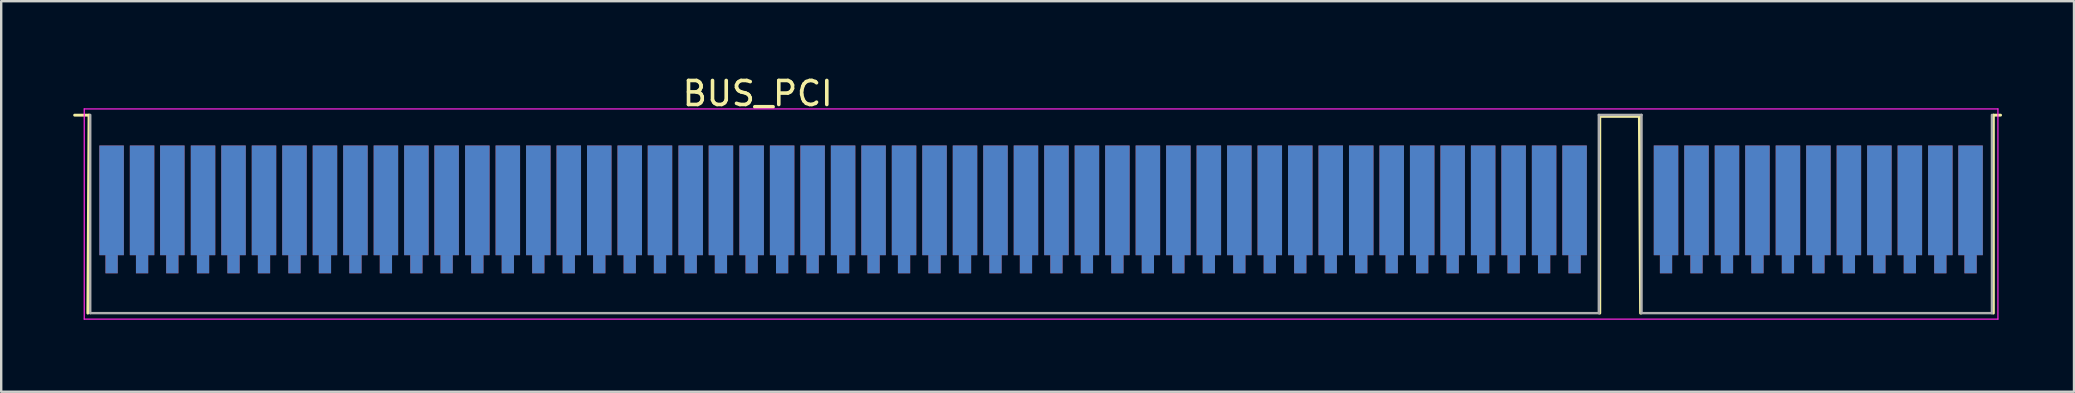
<source format=kicad_pcb>
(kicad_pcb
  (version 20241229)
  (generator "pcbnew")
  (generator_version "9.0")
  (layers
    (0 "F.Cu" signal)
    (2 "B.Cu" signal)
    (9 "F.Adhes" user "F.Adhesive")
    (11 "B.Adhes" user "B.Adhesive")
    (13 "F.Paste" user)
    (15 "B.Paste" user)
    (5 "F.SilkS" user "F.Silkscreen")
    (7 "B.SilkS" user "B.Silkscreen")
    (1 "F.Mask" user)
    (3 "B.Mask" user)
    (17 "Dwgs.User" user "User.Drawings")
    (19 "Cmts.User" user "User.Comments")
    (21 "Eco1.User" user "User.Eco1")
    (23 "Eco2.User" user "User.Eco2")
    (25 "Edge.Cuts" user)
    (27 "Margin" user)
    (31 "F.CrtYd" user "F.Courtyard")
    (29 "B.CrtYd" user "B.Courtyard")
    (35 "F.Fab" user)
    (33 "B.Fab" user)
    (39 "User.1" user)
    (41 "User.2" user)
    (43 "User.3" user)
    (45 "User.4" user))
  (footprint "BUS_PCI"
    (layer "F.Cu")
    (at 40.33 6.628)
    (property "Reference" "BUS_PCI" (at -11.81 -5.78 0) (layer "F.SilkS") (effects (font (size 1 1) (thickness 0.15))))
    (attr smd)
    (fp_line (start -40.27 -4.88) (end -39.67 -4.88) (stroke (width 0.12) (type solid)) (layer "F.SilkS"))
    (fp_line (start -39.67 -4.88) (end -39.72 3.37) (stroke (width 0.12) (type solid)) (layer "F.SilkS"))
    (fp_line (start 23.28 -4.83) (end 24.93 -4.83) (stroke (width 0.12) (type solid)) (layer "F.SilkS"))
    (fp_line (start 23.28 3.37) (end 23.28 -4.83) (stroke (width 0.12) (type solid)) (layer "F.SilkS"))
    (fp_line (start 24.93 -4.83) (end 24.98 3.37) (stroke (width 0.12) (type solid)) (layer "F.SilkS"))
    (fp_line (start 39.68 -4.88) (end 39.98 -4.88) (stroke (width 0.12) (type solid)) (layer "F.SilkS"))
    (fp_line (start 39.68 3.37) (end 39.68 -4.88) (stroke (width 0.12) (type solid)) (layer "F.SilkS"))
    (fp_line (start -39.87 -5.14) (end -39.87 3.62) (stroke (width 0.05) (type solid)) (layer "F.CrtYd"))
    (fp_line (start -39.87 -5.14) (end 39.87 -5.14) (stroke (width 0.05) (type solid)) (layer "F.CrtYd"))
    (fp_line (start 39.87 3.62) (end -39.87 3.62) (stroke (width 0.05) (type solid)) (layer "F.CrtYd"))
    (fp_line (start 39.87 3.62) (end 39.87 -5.14) (stroke (width 0.05) (type solid)) (layer "F.CrtYd"))
    (fp_line (start -39.62 -4.89) (end -39.62 3.37) (stroke (width 0.1) (type solid)) (layer "F.Fab"))
    (fp_line (start -39.62 3.37) (end 23.24 3.37) (stroke (width 0.1) (type solid)) (layer "F.Fab"))
    (fp_line (start 23.24 -4.89) (end 25.02 -4.89) (stroke (width 0.1) (type solid)) (layer "F.Fab"))
    (fp_line (start 23.24 3.37) (end 23.24 -4.89) (stroke (width 0.1) (type solid)) (layer "F.Fab"))
    (fp_line (start 25.02 -4.89) (end 25.02 3.37) (stroke (width 0.1) (type solid)) (layer "F.Fab"))
    (fp_line (start 25.02 3.37) (end 39.62 3.37) (stroke (width 0.1) (type solid)) (layer "F.Fab"))
    (fp_line (start 39.62 3.37) (end 39.62 -4.89) (stroke (width 0.1) (type solid)) (layer "F.Fab"))
    (pad "A1" connect rect (at -38.73 -1.33) (size 1.02 4.57) (layers "B.Cu" "B.Mask"))
    (pad "A1" connect rect (at -38.73 1.33) (size 0.51 0.76) (layers "B.Cu" "B.Mask"))
    (pad "A2" connect rect (at -37.46 -1.33) (size 1.02 4.57) (layers "B.Cu" "B.Mask"))
    (pad "A2" connect rect (at -37.46 1.33) (size 0.51 0.76) (layers "B.Cu" "B.Mask"))
    (pad "A3" connect rect (at -36.2 -1.33) (size 1.02 4.57) (layers "B.Cu" "B.Mask"))
    (pad "A3" connect rect (at -36.2 1.33) (size 0.51 0.76) (layers "B.Cu" "B.Mask"))
    (pad "A4" connect rect (at -34.92 -1.33) (size 1.02 4.57) (layers "B.Cu" "B.Mask"))
    (pad "A4" connect rect (at -34.92 1.33) (size 0.51 0.76) (layers "B.Cu" "B.Mask"))
    (pad "A5" connect rect (at -33.65 -1.33) (size 1.02 4.57) (layers "B.Cu" "B.Mask"))
    (pad "A5" connect rect (at -33.65 1.33) (size 0.51 0.76) (layers "B.Cu" "B.Mask"))
    (pad "A6" connect rect (at -32.38 -1.33) (size 1.02 4.57) (layers "B.Cu" "B.Mask"))
    (pad "A6" connect rect (at -32.38 1.33) (size 0.51 0.76) (layers "B.Cu" "B.Mask"))
    (pad "A7" connect rect (at -31.11 -1.33) (size 1.02 4.57) (layers "B.Cu" "B.Mask"))
    (pad "A7" connect rect (at -31.11 1.33) (size 0.51 0.76) (layers "B.Cu" "B.Mask"))
    (pad "A8" connect rect (at -29.84 -1.33) (size 1.02 4.57) (layers "B.Cu" "B.Mask"))
    (pad "A8" connect rect (at -29.84 1.33) (size 0.51 0.76) (layers "B.Cu" "B.Mask"))
    (pad "A9" connect rect (at -28.57 -1.33) (size 1.02 4.57) (layers "B.Cu" "B.Mask"))
    (pad "A9" connect rect (at -28.57 1.33) (size 0.51 0.76) (layers "B.Cu" "B.Mask"))
    (pad "A10" connect rect (at -27.3 -1.33) (size 1.02 4.57) (layers "B.Cu" "B.Mask"))
    (pad "A10" connect rect (at -27.3 1.33) (size 0.51 0.76) (layers "B.Cu" "B.Mask"))
    (pad "A11" connect rect (at -26.03 -1.33) (size 1.02 4.57) (layers "B.Cu" "B.Mask"))
    (pad "A11" connect rect (at -26.03 1.33) (size 0.51 0.76) (layers "B.Cu" "B.Mask"))
    (pad "A12" connect rect (at -24.77 -1.33) (size 1.02 4.57) (layers "B.Cu" "B.Mask"))
    (pad "A12" connect rect (at -24.77 1.33) (size 0.51 0.76) (layers "B.Cu" "B.Mask"))
    (pad "A13" connect rect (at -23.49 -1.33) (size 1.02 4.57) (layers "B.Cu" "B.Mask"))
    (pad "A13" connect rect (at -23.49 1.33) (size 0.51 0.76) (layers "B.Cu" "B.Mask"))
    (pad "A14" connect rect (at -22.22 -1.33) (size 1.02 4.57) (layers "B.Cu" "B.Mask"))
    (pad "A14" connect rect (at -22.22 1.33) (size 0.51 0.76) (layers "B.Cu" "B.Mask"))
    (pad "A15" connect rect (at -20.95 -1.33) (size 1.02 4.57) (layers "B.Cu" "B.Mask"))
    (pad "A15" connect rect (at -20.95 1.33) (size 0.51 0.76) (layers "B.Cu" "B.Mask"))
    (pad "A16" connect rect (at -19.68 -1.33) (size 1.02 4.57) (layers "B.Cu" "B.Mask"))
    (pad "A16" connect rect (at -19.68 1.33) (size 0.51 0.76) (layers "B.Cu" "B.Mask"))
    (pad "A17" connect rect (at -18.41 -1.33) (size 1.02 4.57) (layers "B.Cu" "B.Mask"))
    (pad "A17" connect rect (at -18.41 1.33) (size 0.51 0.76) (layers "B.Cu" "B.Mask"))
    (pad "A18" connect rect (at -17.14 -1.33) (size 1.02 4.57) (layers "B.Cu" "B.Mask"))
    (pad "A18" connect rect (at -17.14 1.33) (size 0.51 0.76) (layers "B.Cu" "B.Mask"))
    (pad "A19" connect rect (at -15.88 -1.33) (size 1.02 4.57) (layers "B.Cu" "B.Mask"))
    (pad "A19" connect rect (at -15.88 1.33) (size 0.51 0.76) (layers "B.Cu" "B.Mask"))
    (pad "A20" connect rect (at -14.6 -1.33) (size 1.02 4.57) (layers "B.Cu" "B.Mask"))
    (pad "A20" connect rect (at -14.6 1.33) (size 0.51 0.76) (layers "B.Cu" "B.Mask"))
    (pad "A21" connect rect (at -13.34 -1.33) (size 1.02 4.57) (layers "B.Cu" "B.Mask"))
    (pad "A21" connect rect (at -13.34 1.33) (size 0.51 0.76) (layers "B.Cu" "B.Mask"))
    (pad "A22" connect rect (at -12.06 -1.33) (size 1.02 4.57) (layers "B.Cu" "B.Mask"))
    (pad "A22" connect rect (at -12.06 1.33) (size 0.51 0.76) (layers "B.Cu" "B.Mask"))
    (pad "A23" connect rect (at -10.79 -1.33) (size 1.02 4.57) (layers "B.Cu" "B.Mask"))
    (pad "A23" connect rect (at -10.79 1.33) (size 0.51 0.76) (layers "B.Cu" "B.Mask"))
    (pad "A24" connect rect (at -9.52 -1.33) (size 1.02 4.57) (layers "B.Cu" "B.Mask"))
    (pad "A24" connect rect (at -9.52 1.33) (size 0.51 0.76) (layers "B.Cu" "B.Mask"))
    (pad "A25" connect rect (at -8.25 -1.33) (size 1.02 4.57) (layers "B.Cu" "B.Mask"))
    (pad "A25" connect rect (at -8.25 1.33) (size 0.51 0.76) (layers "B.Cu" "B.Mask"))
    (pad "A26" connect rect (at -6.98 -1.33) (size 1.02 4.57) (layers "B.Cu" "B.Mask"))
    (pad "A26" connect rect (at -6.98 1.33) (size 0.51 0.76) (layers "B.Cu" "B.Mask"))
    (pad "A27" connect rect (at -5.71 -1.33) (size 1.02 4.57) (layers "B.Cu" "B.Mask"))
    (pad "A27" connect rect (at -5.71 1.33) (size 0.51 0.76) (layers "B.Cu" "B.Mask"))
    (pad "A28" connect rect (at -4.44 -1.33) (size 1.02 4.57) (layers "B.Cu" "B.Mask"))
    (pad "A28" connect rect (at -4.44 1.33) (size 0.51 0.76) (layers "B.Cu" "B.Mask"))
    (pad "A29" connect rect (at -3.17 -1.33) (size 1.02 4.57) (layers "B.Cu" "B.Mask"))
    (pad "A29" connect rect (at -3.17 1.33) (size 0.51 0.76) (layers "B.Cu" "B.Mask"))
    (pad "A30" connect rect (at -1.9 -1.33) (size 1.02 4.57) (layers "B.Cu" "B.Mask"))
    (pad "A30" connect rect (at -1.9 1.33) (size 0.51 0.76) (layers "B.Cu" "B.Mask"))
    (pad "A31" connect rect (at -0.63 -1.33) (size 1.02 4.57) (layers "B.Cu" "B.Mask"))
    (pad "A31" connect rect (at -0.63 1.33) (size 0.51 0.76) (layers "B.Cu" "B.Mask"))
    (pad "A32" connect rect (at 0.64 -1.33) (size 1.02 4.57) (layers "B.Cu" "B.Mask"))
    (pad "A32" connect rect (at 0.64 1.33) (size 0.51 0.76) (layers "B.Cu" "B.Mask"))
    (pad "A33" connect rect (at 1.91 -1.33) (size 1.02 4.57) (layers "B.Cu" "B.Mask"))
    (pad "A33" connect rect (at 1.91 1.33) (size 0.51 0.76) (layers "B.Cu" "B.Mask"))
    (pad "A34" connect rect (at 3.18 -1.33) (size 1.02 4.57) (layers "B.Cu" "B.Mask"))
    (pad "A34" connect rect (at 3.18 1.33) (size 0.51 0.76) (layers "B.Cu" "B.Mask"))
    (pad "A35" connect rect (at 4.45 -1.33) (size 1.02 4.57) (layers "B.Cu" "B.Mask"))
    (pad "A35" connect rect (at 4.45 1.33) (size 0.51 0.76) (layers "B.Cu" "B.Mask"))
    (pad "A36" connect rect (at 5.72 -1.33) (size 1.02 4.57) (layers "B.Cu" "B.Mask"))
    (pad "A36" connect rect (at 5.72 1.33) (size 0.51 0.76) (layers "B.Cu" "B.Mask"))
    (pad "A37" connect rect (at 6.99 -1.33) (size 1.02 4.57) (layers "B.Cu" "B.Mask"))
    (pad "A37" connect rect (at 6.99 1.33) (size 0.51 0.76) (layers "B.Cu" "B.Mask"))
    (pad "A38" connect rect (at 8.26 -1.33) (size 1.02 4.57) (layers "B.Cu" "B.Mask"))
    (pad "A38" connect rect (at 8.26 1.33) (size 0.51 0.76) (layers "B.Cu" "B.Mask"))
    (pad "A39" connect rect (at 9.53 -1.33) (size 1.02 4.57) (layers "B.Cu" "B.Mask"))
    (pad "A39" connect rect (at 9.53 1.33) (size 0.51 0.76) (layers "B.Cu" "B.Mask"))
    (pad "A40" connect rect (at 10.8 -1.33) (size 1.02 4.57) (layers "B.Cu" "B.Mask"))
    (pad "A40" connect rect (at 10.8 1.33) (size 0.51 0.76) (layers "B.Cu" "B.Mask"))
    (pad "A41" connect rect (at 12.07 -1.33) (size 1.02 4.57) (layers "B.Cu" "B.Mask"))
    (pad "A41" connect rect (at 12.07 1.33) (size 0.51 0.76) (layers "B.Cu" "B.Mask"))
    (pad "A42" connect rect (at 13.34 -1.33) (size 1.02 4.57) (layers "B.Cu" "B.Mask"))
    (pad "A42" connect rect (at 13.34 1.33) (size 0.51 0.76) (layers "B.Cu" "B.Mask"))
    (pad "A43" connect rect (at 14.61 -1.33) (size 1.02 4.57) (layers "B.Cu" "B.Mask"))
    (pad "A43" connect rect (at 14.61 1.33) (size 0.51 0.76) (layers "B.Cu" "B.Mask"))
    (pad "A44" connect rect (at 15.88 -1.33) (size 1.02 4.57) (layers "B.Cu" "B.Mask"))
    (pad "A44" connect rect (at 15.88 1.33) (size 0.51 0.76) (layers "B.Cu" "B.Mask"))
    (pad "A45" connect rect (at 17.15 -1.33) (size 1.02 4.57) (layers "B.Cu" "B.Mask"))
    (pad "A45" connect rect (at 17.15 1.33) (size 0.51 0.76) (layers "B.Cu" "B.Mask"))
    (pad "A46" connect rect (at 18.42 -1.33) (size 1.02 4.57) (layers "B.Cu" "B.Mask"))
    (pad "A46" connect rect (at 18.42 1.33) (size 0.51 0.76) (layers "B.Cu" "B.Mask"))
    (pad "A47" connect rect (at 19.69 -1.33) (size 1.02 4.57) (layers "B.Cu" "B.Mask"))
    (pad "A47" connect rect (at 19.69 1.33) (size 0.51 0.76) (layers "B.Cu" "B.Mask"))
    (pad "A48" connect rect (at 20.96 -1.33) (size 1.02 4.57) (layers "B.Cu" "B.Mask"))
    (pad "A48" connect rect (at 20.96 1.33) (size 0.51 0.76) (layers "B.Cu" "B.Mask"))
    (pad "A49" connect rect (at 22.23 -1.33) (size 1.02 4.57) (layers "B.Cu" "B.Mask"))
    (pad "A49" connect rect (at 22.23 1.33) (size 0.51 0.76) (layers "B.Cu" "B.Mask"))
    (pad "A52" connect rect (at 26.04 -1.33) (size 1.02 4.57) (layers "B.Cu" "B.Mask"))
    (pad "A52" connect rect (at 26.04 1.33) (size 0.51 0.76) (layers "B.Cu" "B.Mask"))
    (pad "A53" connect rect (at 27.31 -1.33) (size 1.02 4.57) (layers "B.Cu" "B.Mask"))
    (pad "A53" connect rect (at 27.31 1.33) (size 0.51 0.76) (layers "B.Cu" "B.Mask"))
    (pad "A54" connect rect (at 28.58 -1.33) (size 1.02 4.57) (layers "B.Cu" "B.Mask"))
    (pad "A54" connect rect (at 28.58 1.33) (size 0.51 0.76) (layers "B.Cu" "B.Mask"))
    (pad "A55" connect rect (at 29.85 -1.33) (size 1.02 4.57) (layers "B.Cu" "B.Mask"))
    (pad "A55" connect rect (at 29.85 1.33) (size 0.51 0.76) (layers "B.Cu" "B.Mask"))
    (pad "A56" connect rect (at 31.12 -1.33) (size 1.02 4.57) (layers "B.Cu" "B.Mask"))
    (pad "A56" connect rect (at 31.12 1.33) (size 0.51 0.76) (layers "B.Cu" "B.Mask"))
    (pad "A57" connect rect (at 32.39 -1.33) (size 1.02 4.57) (layers "B.Cu" "B.Mask"))
    (pad "A57" connect rect (at 32.39 1.33) (size 0.51 0.76) (layers "B.Cu" "B.Mask"))
    (pad "A58" connect rect (at 33.66 -1.33) (size 1.02 4.57) (layers "B.Cu" "B.Mask"))
    (pad "A58" connect rect (at 33.66 1.33) (size 0.51 0.76) (layers "B.Cu" "B.Mask"))
    (pad "A59" connect rect (at 34.93 -1.33) (size 1.02 4.57) (layers "B.Cu" "B.Mask"))
    (pad "A59" connect rect (at 34.93 1.33) (size 0.51 0.76) (layers "B.Cu" "B.Mask"))
    (pad "A60" connect rect (at 36.2 -1.33) (size 1.02 4.57) (layers "B.Cu" "B.Mask"))
    (pad "A60" connect rect (at 36.2 1.33) (size 0.51 0.76) (layers "B.Cu" "B.Mask"))
    (pad "A61" connect rect (at 37.47 -1.33) (size 1.02 4.57) (layers "B.Cu" "B.Mask"))
    (pad "A61" connect rect (at 37.47 1.33) (size 0.51 0.76) (layers "B.Cu" "B.Mask"))
    (pad "A62" connect rect (at 38.73 -1.33) (size 1.02 4.57) (layers "B.Cu" "B.Mask"))
    (pad "A62" connect rect (at 38.73 1.33) (size 0.51 0.76) (layers "B.Cu" "B.Mask"))
    (pad "B1" connect rect (at -38.73 -1.33) (size 1.02 4.57) (layers "F.Cu" "F.Mask"))
    (pad "B1" connect rect (at -38.73 1.33) (size 0.51 0.76) (layers "F.Cu" "F.Mask"))
    (pad "B2" connect rect (at -37.46 -1.33) (size 1.02 4.57) (layers "F.Cu" "F.Mask"))
    (pad "B2" connect rect (at -37.46 1.33) (size 0.51 0.76) (layers "F.Cu" "F.Mask"))
    (pad "B3" connect rect (at -36.2 -1.33) (size 1.02 4.57) (layers "F.Cu" "F.Mask"))
    (pad "B3" connect rect (at -36.2 1.33) (size 0.51 0.76) (layers "F.Cu" "F.Mask"))
    (pad "B4" connect rect (at -34.92 -1.33) (size 1.02 4.57) (layers "F.Cu" "F.Mask"))
    (pad "B4" connect rect (at -34.92 1.33) (size 0.51 0.76) (layers "F.Cu" "F.Mask"))
    (pad "B5" connect rect (at -33.65 -1.33) (size 1.02 4.57) (layers "F.Cu" "F.Mask"))
    (pad "B5" connect rect (at -33.65 1.33) (size 0.51 0.76) (layers "F.Cu" "F.Mask"))
    (pad "B6" connect rect (at -32.38 -1.33) (size 1.02 4.57) (layers "F.Cu" "F.Mask"))
    (pad "B6" connect rect (at -32.38 1.33) (size 0.51 0.76) (layers "F.Cu" "F.Mask"))
    (pad "B7" connect rect (at -31.11 -1.33) (size 1.02 4.57) (layers "F.Cu" "F.Mask"))
    (pad "B7" connect rect (at -31.11 1.33) (size 0.51 0.76) (layers "F.Cu" "F.Mask"))
    (pad "B8" connect rect (at -29.84 -1.33) (size 1.02 4.57) (layers "F.Cu" "F.Mask"))
    (pad "B8" connect rect (at -29.84 1.33) (size 0.51 0.76) (layers "F.Cu" "F.Mask"))
    (pad "B9" connect rect (at -28.57 -1.33) (size 1.02 4.57) (layers "F.Cu" "F.Mask"))
    (pad "B9" connect rect (at -28.57 1.33) (size 0.51 0.76) (layers "F.Cu" "F.Mask"))
    (pad "B10" connect rect (at -27.3 -1.33) (size 1.02 4.57) (layers "F.Cu" "F.Mask"))
    (pad "B10" connect rect (at -27.3 1.33) (size 0.51 0.76) (layers "F.Cu" "F.Mask"))
    (pad "B11" connect rect (at -26.03 -1.33) (size 1.02 4.57) (layers "F.Cu" "F.Mask"))
    (pad "B11" connect rect (at -26.03 1.33) (size 0.51 0.76) (layers "F.Cu" "F.Mask"))
    (pad "B12" connect rect (at -24.77 -1.33) (size 1.02 4.57) (layers "F.Cu" "F.Mask"))
    (pad "B12" connect rect (at -24.77 1.33) (size 0.51 0.76) (layers "F.Cu" "F.Mask"))
    (pad "B13" connect rect (at -23.49 -1.33) (size 1.02 4.57) (layers "F.Cu" "F.Mask"))
    (pad "B13" connect rect (at -23.49 1.33) (size 0.51 0.76) (layers "F.Cu" "F.Mask"))
    (pad "B14" connect rect (at -22.22 -1.33) (size 1.02 4.57) (layers "F.Cu" "F.Mask"))
    (pad "B14" connect rect (at -22.22 1.33) (size 0.51 0.76) (layers "F.Cu" "F.Mask"))
    (pad "B15" connect rect (at -20.95 -1.33) (size 1.02 4.57) (layers "F.Cu" "F.Mask"))
    (pad "B15" connect rect (at -20.95 1.33) (size 0.51 0.76) (layers "F.Cu" "F.Mask"))
    (pad "B16" connect rect (at -19.68 -1.33) (size 1.02 4.57) (layers "F.Cu" "F.Mask"))
    (pad "B16" connect rect (at -19.68 1.33) (size 0.51 0.76) (layers "F.Cu" "F.Mask"))
    (pad "B17" connect rect (at -18.41 -1.33) (size 1.02 4.57) (layers "F.Cu" "F.Mask"))
    (pad "B17" connect rect (at -18.41 1.33) (size 0.51 0.76) (layers "F.Cu" "F.Mask"))
    (pad "B18" connect rect (at -17.14 -1.33) (size 1.02 4.57) (layers "F.Cu" "F.Mask"))
    (pad "B18" connect rect (at -17.14 1.33) (size 0.51 0.76) (layers "F.Cu" "F.Mask"))
    (pad "B19" connect rect (at -15.88 -1.33) (size 1.02 4.57) (layers "F.Cu" "F.Mask"))
    (pad "B19" connect rect (at -15.88 1.33) (size 0.51 0.76) (layers "F.Cu" "F.Mask"))
    (pad "B20" connect rect (at -14.6 -1.33) (size 1.02 4.57) (layers "F.Cu" "F.Mask"))
    (pad "B20" connect rect (at -14.6 1.33) (size 0.51 0.76) (layers "F.Cu" "F.Mask"))
    (pad "B21" connect rect (at -13.34 -1.33) (size 1.02 4.57) (layers "F.Cu" "F.Mask"))
    (pad "B21" connect rect (at -13.34 1.33) (size 0.51 0.76) (layers "F.Cu" "F.Mask"))
    (pad "B22" connect rect (at -12.06 -1.33) (size 1.02 4.57) (layers "F.Cu" "F.Mask"))
    (pad "B22" connect rect (at -12.06 1.33) (size 0.51 0.76) (layers "F.Cu" "F.Mask"))
    (pad "B23" connect rect (at -10.79 -1.33) (size 1.02 4.57) (layers "F.Cu" "F.Mask"))
    (pad "B23" connect rect (at -10.79 1.33) (size 0.51 0.76) (layers "F.Cu" "F.Mask"))
    (pad "B24" connect rect (at -9.52 -1.33) (size 1.02 4.57) (layers "F.Cu" "F.Mask"))
    (pad "B24" connect rect (at -9.52 1.33) (size 0.51 0.76) (layers "F.Cu" "F.Mask"))
    (pad "B25" connect rect (at -8.25 -1.33) (size 1.02 4.57) (layers "F.Cu" "F.Mask"))
    (pad "B25" connect rect (at -8.25 1.33) (size 0.51 0.76) (layers "F.Cu" "F.Mask"))
    (pad "B26" connect rect (at -6.98 -1.33) (size 1.02 4.57) (layers "F.Cu" "F.Mask"))
    (pad "B26" connect rect (at -6.98 1.33) (size 0.51 0.76) (layers "F.Cu" "F.Mask"))
    (pad "B27" connect rect (at -5.71 -1.33) (size 1.02 4.57) (layers "F.Cu" "F.Mask"))
    (pad "B27" connect rect (at -5.71 1.33) (size 0.51 0.76) (layers "F.Cu" "F.Mask"))
    (pad "B28" connect rect (at -4.44 -1.33) (size 1.02 4.57) (layers "F.Cu" "F.Mask"))
    (pad "B28" connect rect (at -4.44 1.33) (size 0.51 0.76) (layers "F.Cu" "F.Mask"))
    (pad "B29" connect rect (at -3.17 -1.33) (size 1.02 4.57) (layers "F.Cu" "F.Mask"))
    (pad "B29" connect rect (at -3.17 1.33) (size 0.51 0.76) (layers "F.Cu" "F.Mask"))
    (pad "B30" connect rect (at -1.9 -1.33) (size 1.02 4.57) (layers "F.Cu" "F.Mask"))
    (pad "B30" connect rect (at -1.9 1.33) (size 0.51 0.76) (layers "F.Cu" "F.Mask"))
    (pad "B31" connect rect (at -0.63 -1.33) (size 1.02 4.57) (layers "F.Cu" "F.Mask"))
    (pad "B31" connect rect (at -0.63 1.33) (size 0.51 0.76) (layers "F.Cu" "F.Mask"))
    (pad "B32" connect rect (at 0.64 -1.33) (size 1.02 4.57) (layers "F.Cu" "F.Mask"))
    (pad "B32" connect rect (at 0.64 1.33) (size 0.51 0.76) (layers "F.Cu" "F.Mask"))
    (pad "B33" connect rect (at 1.91 -1.33) (size 1.02 4.57) (layers "F.Cu" "F.Mask"))
    (pad "B33" connect rect (at 1.91 1.33) (size 0.51 0.76) (layers "F.Cu" "F.Mask"))
    (pad "B34" connect rect (at 3.18 -1.33) (size 1.02 4.57) (layers "F.Cu" "F.Mask"))
    (pad "B34" connect rect (at 3.18 1.33) (size 0.51 0.76) (layers "F.Cu" "F.Mask"))
    (pad "B35" connect rect (at 4.45 -1.33) (size 1.02 4.57) (layers "F.Cu" "F.Mask"))
    (pad "B35" connect rect (at 4.45 1.33) (size 0.51 0.76) (layers "F.Cu" "F.Mask"))
    (pad "B36" connect rect (at 5.72 -1.33) (size 1.02 4.57) (layers "F.Cu" "F.Mask"))
    (pad "B36" connect rect (at 5.72 1.33) (size 0.51 0.76) (layers "F.Cu" "F.Mask"))
    (pad "B37" connect rect (at 6.99 -1.33) (size 1.02 4.57) (layers "F.Cu" "F.Mask"))
    (pad "B37" connect rect (at 6.99 1.33) (size 0.51 0.76) (layers "F.Cu" "F.Mask"))
    (pad "B38" connect rect (at 8.26 -1.33) (size 1.02 4.57) (layers "F.Cu" "F.Mask"))
    (pad "B38" connect rect (at 8.26 1.33) (size 0.51 0.76) (layers "F.Cu" "F.Mask"))
    (pad "B39" connect rect (at 9.53 -1.33) (size 1.02 4.57) (layers "F.Cu" "F.Mask"))
    (pad "B39" connect rect (at 9.53 1.33) (size 0.51 0.76) (layers "F.Cu" "F.Mask"))
    (pad "B40" connect rect (at 10.8 -1.33) (size 1.02 4.57) (layers "F.Cu" "F.Mask"))
    (pad "B40" connect rect (at 10.8 1.33) (size 0.51 0.76) (layers "F.Cu" "F.Mask"))
    (pad "B41" connect rect (at 12.07 -1.33) (size 1.02 4.57) (layers "F.Cu" "F.Mask"))
    (pad "B41" connect rect (at 12.07 1.33) (size 0.51 0.76) (layers "F.Cu" "F.Mask"))
    (pad "B42" connect rect (at 13.34 -1.33) (size 1.02 4.57) (layers "F.Cu" "F.Mask"))
    (pad "B42" connect rect (at 13.34 1.33) (size 0.51 0.76) (layers "F.Cu" "F.Mask"))
    (pad "B43" connect rect (at 14.61 -1.33) (size 1.02 4.57) (layers "F.Cu" "F.Mask"))
    (pad "B43" connect rect (at 14.61 1.33) (size 0.51 0.76) (layers "F.Cu" "F.Mask"))
    (pad "B44" connect rect (at 15.88 -1.33) (size 1.02 4.57) (layers "F.Cu" "F.Mask"))
    (pad "B44" connect rect (at 15.88 1.33) (size 0.51 0.76) (layers "F.Cu" "F.Mask"))
    (pad "B45" connect rect (at 17.15 -1.33) (size 1.02 4.57) (layers "F.Cu" "F.Mask"))
    (pad "B45" connect rect (at 17.15 1.33) (size 0.51 0.76) (layers "F.Cu" "F.Mask"))
    (pad "B46" connect rect (at 18.42 -1.33) (size 1.02 4.57) (layers "F.Cu" "F.Mask"))
    (pad "B46" connect rect (at 18.42 1.33) (size 0.51 0.76) (layers "F.Cu" "F.Mask"))
    (pad "B47" connect rect (at 19.69 -1.33) (size 1.02 4.57) (layers "F.Cu" "F.Mask"))
    (pad "B47" connect rect (at 19.69 1.33) (size 0.51 0.76) (layers "F.Cu" "F.Mask"))
    (pad "B48" connect rect (at 20.96 -1.33) (size 1.02 4.57) (layers "F.Cu" "F.Mask"))
    (pad "B48" connect rect (at 20.96 1.33) (size 0.51 0.76) (layers "F.Cu" "F.Mask"))
    (pad "B49" connect rect (at 22.23 -1.33) (size 1.02 4.57) (layers "F.Cu" "F.Mask"))
    (pad "B49" connect rect (at 22.23 1.33) (size 0.51 0.76) (layers "F.Cu" "F.Mask"))
    (pad "B52" connect rect (at 26.04 -1.33) (size 1.02 4.57) (layers "F.Cu" "F.Mask"))
    (pad "B52" connect rect (at 26.04 1.33) (size 0.51 0.76) (layers "F.Cu" "F.Mask"))
    (pad "B53" connect rect (at 27.31 -1.33) (size 1.02 4.57) (layers "F.Cu" "F.Mask"))
    (pad "B53" connect rect (at 27.31 1.33) (size 0.51 0.76) (layers "F.Cu" "F.Mask"))
    (pad "B54" connect rect (at 28.58 -1.33) (size 1.02 4.57) (layers "F.Cu" "F.Mask"))
    (pad "B54" connect rect (at 28.58 1.33) (size 0.51 0.76) (layers "F.Cu" "F.Mask"))
    (pad "B55" connect rect (at 29.85 -1.33) (size 1.02 4.57) (layers "F.Cu" "F.Mask"))
    (pad "B55" connect rect (at 29.85 1.33) (size 0.51 0.76) (layers "F.Cu" "F.Mask"))
    (pad "B56" connect rect (at 31.12 -1.33) (size 1.02 4.57) (layers "F.Cu" "F.Mask"))
    (pad "B56" connect rect (at 31.12 1.33) (size 0.51 0.76) (layers "F.Cu" "F.Mask"))
    (pad "B57" connect rect (at 32.39 -1.33) (size 1.02 4.57) (layers "F.Cu" "F.Mask"))
    (pad "B57" connect rect (at 32.39 1.33) (size 0.51 0.76) (layers "F.Cu" "F.Mask"))
    (pad "B58" connect rect (at 33.66 -1.33) (size 1.02 4.57) (layers "F.Cu" "F.Mask"))
    (pad "B58" connect rect (at 33.66 1.33) (size 0.51 0.76) (layers "F.Cu" "F.Mask"))
    (pad "B59" connect rect (at 34.93 -1.33) (size 1.02 4.57) (layers "F.Cu" "F.Mask"))
    (pad "B59" connect rect (at 34.93 1.33) (size 0.51 0.76) (layers "F.Cu" "F.Mask"))
    (pad "B60" connect rect (at 36.2 -1.33) (size 1.02 4.57) (layers "F.Cu" "F.Mask"))
    (pad "B60" connect rect (at 36.2 1.33) (size 0.51 0.76) (layers "F.Cu" "F.Mask"))
    (pad "B61" connect rect (at 37.47 -1.33) (size 1.02 4.57) (layers "F.Cu" "F.Mask"))
    (pad "B61" connect rect (at 37.47 1.33) (size 0.51 0.76) (layers "F.Cu" "F.Mask"))
    (pad "B62" connect rect (at 38.73 -1.33) (size 1.02 4.57) (layers "F.Cu" "F.Mask"))
    (pad "B62" connect rect (at 38.73 1.33) (size 0.51 0.76) (layers "F.Cu" "F.Mask")))
  (gr_rect
    (start -3 -3)
    (end 83.37 13.273)
    (stroke (width 0.1) (type default))
    (fill no)
    (layer "Edge.Cuts")))
</source>
